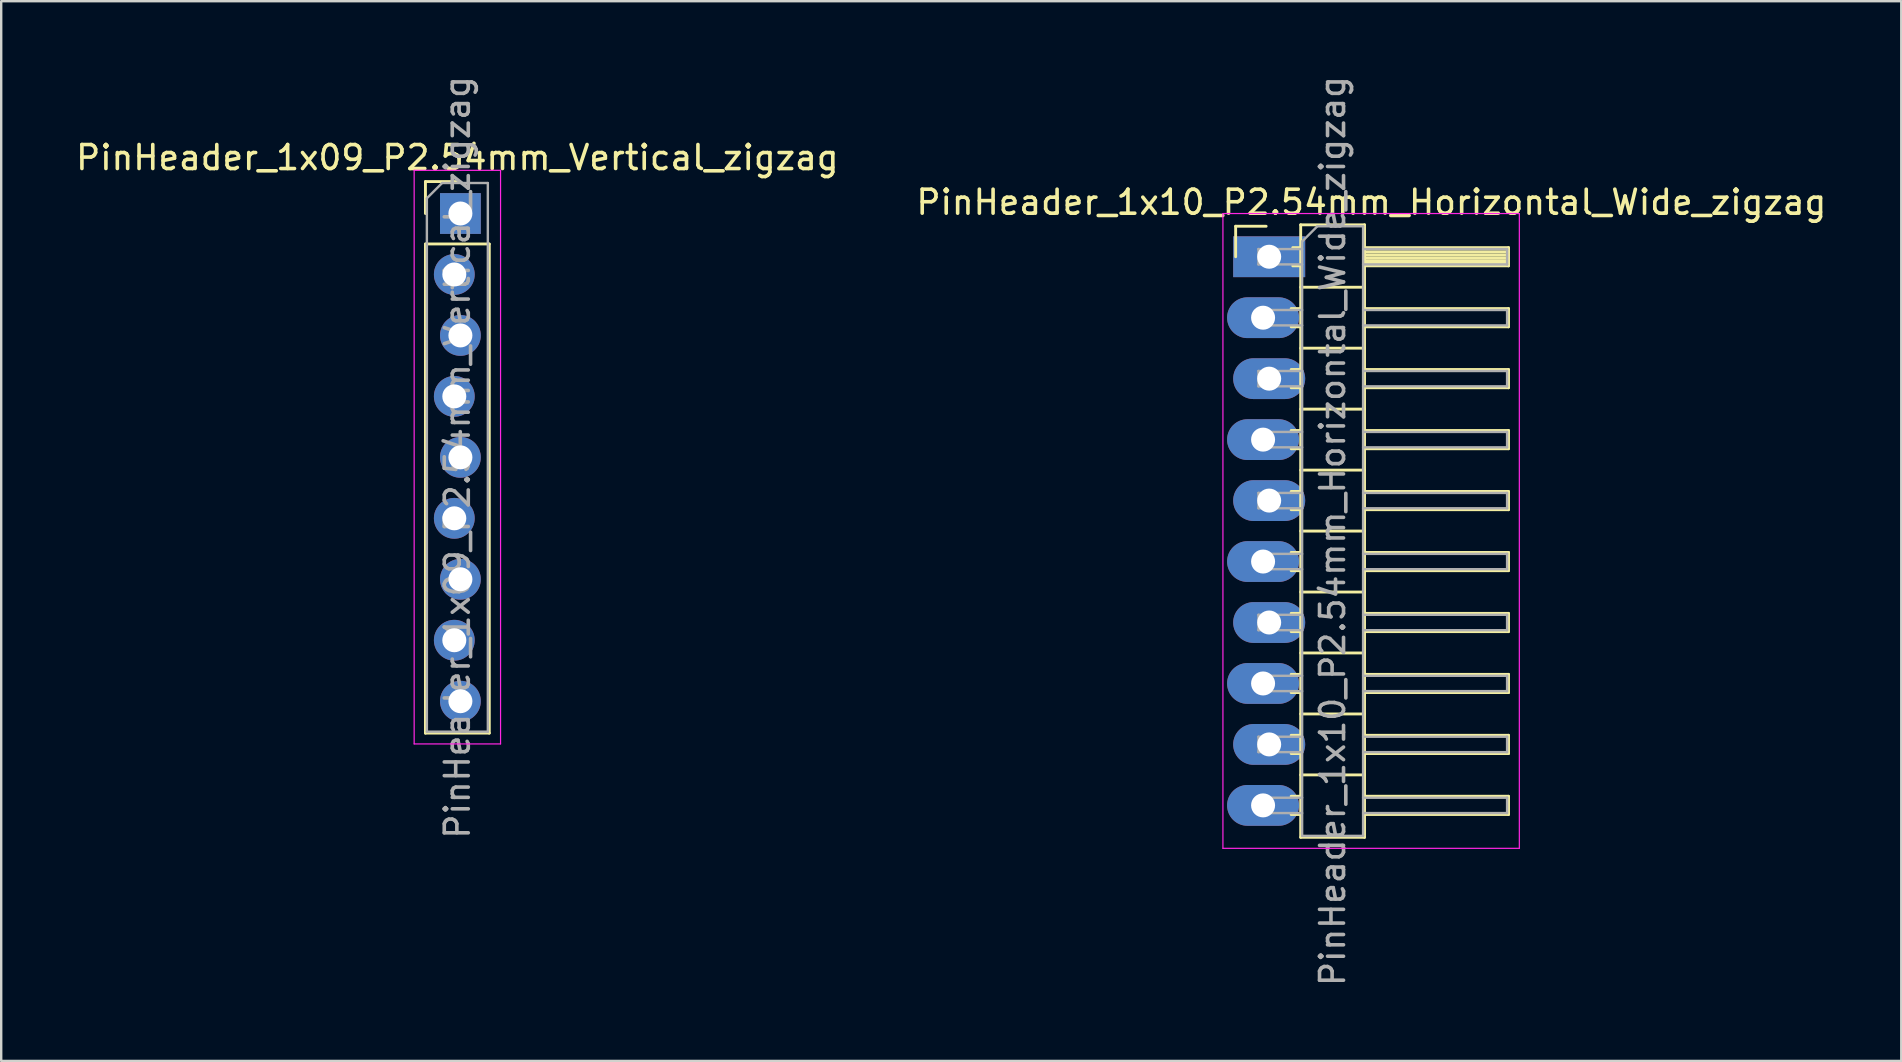
<source format=kicad_pcb>
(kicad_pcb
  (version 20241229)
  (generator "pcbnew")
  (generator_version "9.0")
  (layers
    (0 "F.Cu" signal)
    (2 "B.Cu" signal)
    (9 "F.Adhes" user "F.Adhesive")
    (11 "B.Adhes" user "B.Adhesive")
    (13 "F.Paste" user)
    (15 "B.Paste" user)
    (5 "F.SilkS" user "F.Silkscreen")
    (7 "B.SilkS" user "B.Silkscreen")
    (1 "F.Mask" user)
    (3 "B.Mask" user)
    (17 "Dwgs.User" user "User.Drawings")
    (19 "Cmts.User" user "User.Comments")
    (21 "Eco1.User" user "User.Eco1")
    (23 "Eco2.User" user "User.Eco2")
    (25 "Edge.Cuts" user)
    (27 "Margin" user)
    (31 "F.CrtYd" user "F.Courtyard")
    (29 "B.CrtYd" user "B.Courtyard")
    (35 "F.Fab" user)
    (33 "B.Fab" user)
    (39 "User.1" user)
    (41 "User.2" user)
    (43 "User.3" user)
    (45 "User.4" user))
  (footprint "PinHeader_1x09_P2.54mm_Vertical_zigzag"
    (layer "F.Cu")
    (at 16.006 5.846)
    (property "Reference" "PinHeader_1x09_P2.54mm_Vertical_zigzag" (at 0 -2.33 0) (layer "F.SilkS") (effects (font (size 1 1) (thickness 0.15))))
    (attr through_hole)
    (fp_line (start -1.33 -1.33) (end 0 -1.33) (stroke (width 0.12) (type solid)) (layer "F.SilkS"))
    (fp_line (start -1.33 0) (end -1.33 -1.33) (stroke (width 0.12) (type solid)) (layer "F.SilkS"))
    (fp_line (start -1.33 1.27) (end -1.33 21.65) (stroke (width 0.12) (type solid)) (layer "F.SilkS"))
    (fp_line (start -1.33 1.27) (end 1.33 1.27) (stroke (width 0.12) (type solid)) (layer "F.SilkS"))
    (fp_line (start -1.33 21.65) (end 1.33 21.65) (stroke (width 0.12) (type solid)) (layer "F.SilkS"))
    (fp_line (start 1.33 1.27) (end 1.33 21.65) (stroke (width 0.12) (type solid)) (layer "F.SilkS"))
    (fp_line (start -1.8 -1.8) (end -1.8 22.1) (stroke (width 0.05) (type solid)) (layer "F.CrtYd"))
    (fp_line (start -1.8 22.1) (end 1.8 22.1) (stroke (width 0.05) (type solid)) (layer "F.CrtYd"))
    (fp_line (start 1.8 -1.8) (end -1.8 -1.8) (stroke (width 0.05) (type solid)) (layer "F.CrtYd"))
    (fp_line (start 1.8 22.1) (end 1.8 -1.8) (stroke (width 0.05) (type solid)) (layer "F.CrtYd"))
    (fp_line (start -1.27 -0.635) (end -0.635 -1.27) (stroke (width 0.1) (type solid)) (layer "F.Fab"))
    (fp_line (start -1.27 21.59) (end -1.27 -0.635) (stroke (width 0.1) (type solid)) (layer "F.Fab"))
    (fp_line (start -0.635 -1.27) (end 1.27 -1.27) (stroke (width 0.1) (type solid)) (layer "F.Fab"))
    (fp_line (start 1.27 -1.27) (end 1.27 21.59) (stroke (width 0.1) (type solid)) (layer "F.Fab"))
    (fp_line (start 1.27 21.59) (end -1.27 21.59) (stroke (width 0.1) (type solid)) (layer "F.Fab"))
    (fp_text user "${REFERENCE}" (at 0 10.16 90) (layer "F.Fab") (effects (font (size 1 1) (thickness 0.15))))
    (pad "1" thru_hole rect (at 0.127 0) (size 1.7 1.7) (drill 1) (layers "*.Cu" "*.Mask"))
    (pad "2" thru_hole oval (at -0.127 2.54) (size 1.7 1.7) (drill 1) (layers "*.Cu" "*.Mask"))
    (pad "3" thru_hole oval (at 0.127 5.08) (size 1.7 1.7) (drill 1) (layers "*.Cu" "*.Mask"))
    (pad "4" thru_hole oval (at -0.127 7.62) (size 1.7 1.7) (drill 1) (layers "*.Cu" "*.Mask"))
    (pad "5" thru_hole oval (at 0.127 10.16) (size 1.7 1.7) (drill 1) (layers "*.Cu" "*.Mask"))
    (pad "6" thru_hole oval (at -0.127 12.7) (size 1.7 1.7) (drill 1) (layers "*.Cu" "*.Mask"))
    (pad "7" thru_hole oval (at 0.127 15.24) (size 1.7 1.7) (drill 1) (layers "*.Cu" "*.Mask"))
    (pad "8" thru_hole oval (at -0.127 17.78) (size 1.7 1.7) (drill 1) (layers "*.Cu" "*.Mask"))
    (pad "9" thru_hole oval (at 0.127 20.32) (size 1.7 1.7) (drill 1) (layers "*.Cu" "*.Mask")))
  (footprint "PinHeader_1x10_P2.54mm_Horizontal_Wide_zigzag"
    (layer "F.Cu")
    (at 49.704 7.647)
    (property "Reference" "PinHeader_1x10_P2.54mm_Horizontal_Wide_zigzag" (at 4.385 -2.27 0) (layer "F.SilkS") (effects (font (size 1 1) (thickness 0.15))))
    (attr through_hole)
    (fp_line (start -1.27 -1.27) (end 0 -1.27) (stroke (width 0.12) (type solid)) (layer "F.SilkS"))
    (fp_line (start -1.27 0) (end -1.27 -1.27) (stroke (width 0.12) (type solid)) (layer "F.SilkS"))
    (fp_line (start 1.043 2.16) (end 1.44 2.16) (stroke (width 0.12) (type solid)) (layer "F.SilkS"))
    (fp_line (start 1.043 2.92) (end 1.44 2.92) (stroke (width 0.12) (type solid)) (layer "F.SilkS"))
    (fp_line (start 1.043 4.7) (end 1.44 4.7) (stroke (width 0.12) (type solid)) (layer "F.SilkS"))
    (fp_line (start 1.043 5.46) (end 1.44 5.46) (stroke (width 0.12) (type solid)) (layer "F.SilkS"))
    (fp_line (start 1.043 7.24) (end 1.44 7.24) (stroke (width 0.12) (type solid)) (layer "F.SilkS"))
    (fp_line (start 1.043 8) (end 1.44 8) (stroke (width 0.12) (type solid)) (layer "F.SilkS"))
    (fp_line (start 1.043 9.78) (end 1.44 9.78) (stroke (width 0.12) (type solid)) (layer "F.SilkS"))
    (fp_line (start 1.043 10.54) (end 1.44 10.54) (stroke (width 0.12) (type solid)) (layer "F.SilkS"))
    (fp_line (start 1.043 12.32) (end 1.44 12.32) (stroke (width 0.12) (type solid)) (layer "F.SilkS"))
    (fp_line (start 1.043 13.08) (end 1.44 13.08) (stroke (width 0.12) (type solid)) (layer "F.SilkS"))
    (fp_line (start 1.043 14.86) (end 1.44 14.86) (stroke (width 0.12) (type solid)) (layer "F.SilkS"))
    (fp_line (start 1.043 15.62) (end 1.44 15.62) (stroke (width 0.12) (type solid)) (layer "F.SilkS"))
    (fp_line (start 1.043 17.4) (end 1.44 17.4) (stroke (width 0.12) (type solid)) (layer "F.SilkS"))
    (fp_line (start 1.043 18.16) (end 1.44 18.16) (stroke (width 0.12) (type solid)) (layer "F.SilkS"))
    (fp_line (start 1.043 19.94) (end 1.44 19.94) (stroke (width 0.12) (type solid)) (layer "F.SilkS"))
    (fp_line (start 1.043 20.7) (end 1.44 20.7) (stroke (width 0.12) (type solid)) (layer "F.SilkS"))
    (fp_line (start 1.043 22.48) (end 1.44 22.48) (stroke (width 0.12) (type solid)) (layer "F.SilkS"))
    (fp_line (start 1.043 23.24) (end 1.44 23.24) (stroke (width 0.12) (type solid)) (layer "F.SilkS"))
    (fp_line (start 1.11 -0.38) (end 1.44 -0.38) (stroke (width 0.12) (type solid)) (layer "F.SilkS"))
    (fp_line (start 1.11 0.38) (end 1.44 0.38) (stroke (width 0.12) (type solid)) (layer "F.SilkS"))
    (fp_line (start 1.44 -1.33) (end 1.44 24.19) (stroke (width 0.12) (type solid)) (layer "F.SilkS"))
    (fp_line (start 1.44 1.27) (end 4.1 1.27) (stroke (width 0.12) (type solid)) (layer "F.SilkS"))
    (fp_line (start 1.44 3.81) (end 4.1 3.81) (stroke (width 0.12) (type solid)) (layer "F.SilkS"))
    (fp_line (start 1.44 6.35) (end 4.1 6.35) (stroke (width 0.12) (type solid)) (layer "F.SilkS"))
    (fp_line (start 1.44 8.89) (end 4.1 8.89) (stroke (width 0.12) (type solid)) (layer "F.SilkS"))
    (fp_line (start 1.44 11.43) (end 4.1 11.43) (stroke (width 0.12) (type solid)) (layer "F.SilkS"))
    (fp_line (start 1.44 13.97) (end 4.1 13.97) (stroke (width 0.12) (type solid)) (layer "F.SilkS"))
    (fp_line (start 1.44 16.51) (end 4.1 16.51) (stroke (width 0.12) (type solid)) (layer "F.SilkS"))
    (fp_line (start 1.44 19.05) (end 4.1 19.05) (stroke (width 0.12) (type solid)) (layer "F.SilkS"))
    (fp_line (start 1.44 21.59) (end 4.1 21.59) (stroke (width 0.12) (type solid)) (layer "F.SilkS"))
    (fp_line (start 1.44 24.19) (end 4.1 24.19) (stroke (width 0.12) (type solid)) (layer "F.SilkS"))
    (fp_line (start 4.1 -1.33) (end 1.44 -1.33) (stroke (width 0.12) (type solid)) (layer "F.SilkS"))
    (fp_line (start 4.1 -0.38) (end 10.1 -0.38) (stroke (width 0.12) (type solid)) (layer "F.SilkS"))
    (fp_line (start 4.1 -0.32) (end 10.1 -0.32) (stroke (width 0.12) (type solid)) (layer "F.SilkS"))
    (fp_line (start 4.1 -0.2) (end 10.1 -0.2) (stroke (width 0.12) (type solid)) (layer "F.SilkS"))
    (fp_line (start 4.1 -0.08) (end 10.1 -0.08) (stroke (width 0.12) (type solid)) (layer "F.SilkS"))
    (fp_line (start 4.1 0.04) (end 10.1 0.04) (stroke (width 0.12) (type solid)) (layer "F.SilkS"))
    (fp_line (start 4.1 0.16) (end 10.1 0.16) (stroke (width 0.12) (type solid)) (layer "F.SilkS"))
    (fp_line (start 4.1 0.28) (end 10.1 0.28) (stroke (width 0.12) (type solid)) (layer "F.SilkS"))
    (fp_line (start 4.1 2.16) (end 10.1 2.16) (stroke (width 0.12) (type solid)) (layer "F.SilkS"))
    (fp_line (start 4.1 4.7) (end 10.1 4.7) (stroke (width 0.12) (type solid)) (layer "F.SilkS"))
    (fp_line (start 4.1 7.24) (end 10.1 7.24) (stroke (width 0.12) (type solid)) (layer "F.SilkS"))
    (fp_line (start 4.1 9.78) (end 10.1 9.78) (stroke (width 0.12) (type solid)) (layer "F.SilkS"))
    (fp_line (start 4.1 12.32) (end 10.1 12.32) (stroke (width 0.12) (type solid)) (layer "F.SilkS"))
    (fp_line (start 4.1 14.86) (end 10.1 14.86) (stroke (width 0.12) (type solid)) (layer "F.SilkS"))
    (fp_line (start 4.1 17.4) (end 10.1 17.4) (stroke (width 0.12) (type solid)) (layer "F.SilkS"))
    (fp_line (start 4.1 19.94) (end 10.1 19.94) (stroke (width 0.12) (type solid)) (layer "F.SilkS"))
    (fp_line (start 4.1 22.48) (end 10.1 22.48) (stroke (width 0.12) (type solid)) (layer "F.SilkS"))
    (fp_line (start 4.1 24.19) (end 4.1 -1.33) (stroke (width 0.12) (type solid)) (layer "F.SilkS"))
    (fp_line (start 10.1 -0.38) (end 10.1 0.38) (stroke (width 0.12) (type solid)) (layer "F.SilkS"))
    (fp_line (start 10.1 0.38) (end 4.1 0.38) (stroke (width 0.12) (type solid)) (layer "F.SilkS"))
    (fp_line (start 10.1 2.16) (end 10.1 2.92) (stroke (width 0.12) (type solid)) (layer "F.SilkS"))
    (fp_line (start 10.1 2.92) (end 4.1 2.92) (stroke (width 0.12) (type solid)) (layer "F.SilkS"))
    (fp_line (start 10.1 4.7) (end 10.1 5.46) (stroke (width 0.12) (type solid)) (layer "F.SilkS"))
    (fp_line (start 10.1 5.46) (end 4.1 5.46) (stroke (width 0.12) (type solid)) (layer "F.SilkS"))
    (fp_line (start 10.1 7.24) (end 10.1 8) (stroke (width 0.12) (type solid)) (layer "F.SilkS"))
    (fp_line (start 10.1 8) (end 4.1 8) (stroke (width 0.12) (type solid)) (layer "F.SilkS"))
    (fp_line (start 10.1 9.78) (end 10.1 10.54) (stroke (width 0.12) (type solid)) (layer "F.SilkS"))
    (fp_line (start 10.1 10.54) (end 4.1 10.54) (stroke (width 0.12) (type solid)) (layer "F.SilkS"))
    (fp_line (start 10.1 12.32) (end 10.1 13.08) (stroke (width 0.12) (type solid)) (layer "F.SilkS"))
    (fp_line (start 10.1 13.08) (end 4.1 13.08) (stroke (width 0.12) (type solid)) (layer "F.SilkS"))
    (fp_line (start 10.1 14.86) (end 10.1 15.62) (stroke (width 0.12) (type solid)) (layer "F.SilkS"))
    (fp_line (start 10.1 15.62) (end 4.1 15.62) (stroke (width 0.12) (type solid)) (layer "F.SilkS"))
    (fp_line (start 10.1 17.4) (end 10.1 18.16) (stroke (width 0.12) (type solid)) (layer "F.SilkS"))
    (fp_line (start 10.1 18.16) (end 4.1 18.16) (stroke (width 0.12) (type solid)) (layer "F.SilkS"))
    (fp_line (start 10.1 19.94) (end 10.1 20.7) (stroke (width 0.12) (type solid)) (layer "F.SilkS"))
    (fp_line (start 10.1 20.7) (end 4.1 20.7) (stroke (width 0.12) (type solid)) (layer "F.SilkS"))
    (fp_line (start 10.1 22.48) (end 10.1 23.24) (stroke (width 0.12) (type solid)) (layer "F.SilkS"))
    (fp_line (start 10.1 23.24) (end 4.1 23.24) (stroke (width 0.12) (type solid)) (layer "F.SilkS"))
    (fp_line (start -1.8 -1.8) (end -1.8 24.65) (stroke (width 0.05) (type solid)) (layer "F.CrtYd"))
    (fp_line (start -1.8 24.65) (end 10.55 24.65) (stroke (width 0.05) (type solid)) (layer "F.CrtYd"))
    (fp_line (start 10.55 -1.8) (end -1.8 -1.8) (stroke (width 0.05) (type solid)) (layer "F.CrtYd"))
    (fp_line (start 10.55 24.65) (end 10.55 -1.8) (stroke (width 0.05) (type solid)) (layer "F.CrtYd"))
    (fp_line (start -0.32 -0.32) (end -0.32 0.32) (stroke (width 0.1) (type solid)) (layer "F.Fab"))
    (fp_line (start -0.32 -0.32) (end 1.5 -0.32) (stroke (width 0.1) (type solid)) (layer "F.Fab"))
    (fp_line (start -0.32 0.32) (end 1.5 0.32) (stroke (width 0.1) (type solid)) (layer "F.Fab"))
    (fp_line (start -0.32 2.22) (end -0.32 2.86) (stroke (width 0.1) (type solid)) (layer "F.Fab"))
    (fp_line (start -0.32 2.22) (end 1.5 2.22) (stroke (width 0.1) (type solid)) (layer "F.Fab"))
    (fp_line (start -0.32 2.86) (end 1.5 2.86) (stroke (width 0.1) (type solid)) (layer "F.Fab"))
    (fp_line (start -0.32 4.76) (end -0.32 5.4) (stroke (width 0.1) (type solid)) (layer "F.Fab"))
    (fp_line (start -0.32 4.76) (end 1.5 4.76) (stroke (width 0.1) (type solid)) (layer "F.Fab"))
    (fp_line (start -0.32 5.4) (end 1.5 5.4) (stroke (width 0.1) (type solid)) (layer "F.Fab"))
    (fp_line (start -0.32 7.3) (end -0.32 7.94) (stroke (width 0.1) (type solid)) (layer "F.Fab"))
    (fp_line (start -0.32 7.3) (end 1.5 7.3) (stroke (width 0.1) (type solid)) (layer "F.Fab"))
    (fp_line (start -0.32 7.94) (end 1.5 7.94) (stroke (width 0.1) (type solid)) (layer "F.Fab"))
    (fp_line (start -0.32 9.84) (end -0.32 10.48) (stroke (width 0.1) (type solid)) (layer "F.Fab"))
    (fp_line (start -0.32 9.84) (end 1.5 9.84) (stroke (width 0.1) (type solid)) (layer "F.Fab"))
    (fp_line (start -0.32 10.48) (end 1.5 10.48) (stroke (width 0.1) (type solid)) (layer "F.Fab"))
    (fp_line (start -0.32 12.38) (end -0.32 13.02) (stroke (width 0.1) (type solid)) (layer "F.Fab"))
    (fp_line (start -0.32 12.38) (end 1.5 12.38) (stroke (width 0.1) (type solid)) (layer "F.Fab"))
    (fp_line (start -0.32 13.02) (end 1.5 13.02) (stroke (width 0.1) (type solid)) (layer "F.Fab"))
    (fp_line (start -0.32 14.92) (end -0.32 15.56) (stroke (width 0.1) (type solid)) (layer "F.Fab"))
    (fp_line (start -0.32 14.92) (end 1.5 14.92) (stroke (width 0.1) (type solid)) (layer "F.Fab"))
    (fp_line (start -0.32 15.56) (end 1.5 15.56) (stroke (width 0.1) (type solid)) (layer "F.Fab"))
    (fp_line (start -0.32 17.46) (end -0.32 18.1) (stroke (width 0.1) (type solid)) (layer "F.Fab"))
    (fp_line (start -0.32 17.46) (end 1.5 17.46) (stroke (width 0.1) (type solid)) (layer "F.Fab"))
    (fp_line (start -0.32 18.1) (end 1.5 18.1) (stroke (width 0.1) (type solid)) (layer "F.Fab"))
    (fp_line (start -0.32 20) (end -0.32 20.64) (stroke (width 0.1) (type solid)) (layer "F.Fab"))
    (fp_line (start -0.32 20) (end 1.5 20) (stroke (width 0.1) (type solid)) (layer "F.Fab"))
    (fp_line (start -0.32 20.64) (end 1.5 20.64) (stroke (width 0.1) (type solid)) (layer "F.Fab"))
    (fp_line (start -0.32 22.54) (end -0.32 23.18) (stroke (width 0.1) (type solid)) (layer "F.Fab"))
    (fp_line (start -0.32 22.54) (end 1.5 22.54) (stroke (width 0.1) (type solid)) (layer "F.Fab"))
    (fp_line (start -0.32 23.18) (end 1.5 23.18) (stroke (width 0.1) (type solid)) (layer "F.Fab"))
    (fp_line (start 1.5 -0.635) (end 2.135 -1.27) (stroke (width 0.1) (type solid)) (layer "F.Fab"))
    (fp_line (start 1.5 24.13) (end 1.5 -0.635) (stroke (width 0.1) (type solid)) (layer "F.Fab"))
    (fp_line (start 2.135 -1.27) (end 4.04 -1.27) (stroke (width 0.1) (type solid)) (layer "F.Fab"))
    (fp_line (start 4.04 -1.27) (end 4.04 24.13) (stroke (width 0.1) (type solid)) (layer "F.Fab"))
    (fp_line (start 4.04 -0.32) (end 10.04 -0.32) (stroke (width 0.1) (type solid)) (layer "F.Fab"))
    (fp_line (start 4.04 0.32) (end 10.04 0.32) (stroke (width 0.1) (type solid)) (layer "F.Fab"))
    (fp_line (start 4.04 2.22) (end 10.04 2.22) (stroke (width 0.1) (type solid)) (layer "F.Fab"))
    (fp_line (start 4.04 2.86) (end 10.04 2.86) (stroke (width 0.1) (type solid)) (layer "F.Fab"))
    (fp_line (start 4.04 4.76) (end 10.04 4.76) (stroke (width 0.1) (type solid)) (layer "F.Fab"))
    (fp_line (start 4.04 5.4) (end 10.04 5.4) (stroke (width 0.1) (type solid)) (layer "F.Fab"))
    (fp_line (start 4.04 7.3) (end 10.04 7.3) (stroke (width 0.1) (type solid)) (layer "F.Fab"))
    (fp_line (start 4.04 7.94) (end 10.04 7.94) (stroke (width 0.1) (type solid)) (layer "F.Fab"))
    (fp_line (start 4.04 9.84) (end 10.04 9.84) (stroke (width 0.1) (type solid)) (layer "F.Fab"))
    (fp_line (start 4.04 10.48) (end 10.04 10.48) (stroke (width 0.1) (type solid)) (layer "F.Fab"))
    (fp_line (start 4.04 12.38) (end 10.04 12.38) (stroke (width 0.1) (type solid)) (layer "F.Fab"))
    (fp_line (start 4.04 13.02) (end 10.04 13.02) (stroke (width 0.1) (type solid)) (layer "F.Fab"))
    (fp_line (start 4.04 14.92) (end 10.04 14.92) (stroke (width 0.1) (type solid)) (layer "F.Fab"))
    (fp_line (start 4.04 15.56) (end 10.04 15.56) (stroke (width 0.1) (type solid)) (layer "F.Fab"))
    (fp_line (start 4.04 17.46) (end 10.04 17.46) (stroke (width 0.1) (type solid)) (layer "F.Fab"))
    (fp_line (start 4.04 18.1) (end 10.04 18.1) (stroke (width 0.1) (type solid)) (layer "F.Fab"))
    (fp_line (start 4.04 20) (end 10.04 20) (stroke (width 0.1) (type solid)) (layer "F.Fab"))
    (fp_line (start 4.04 20.64) (end 10.04 20.64) (stroke (width 0.1) (type solid)) (layer "F.Fab"))
    (fp_line (start 4.04 22.54) (end 10.04 22.54) (stroke (width 0.1) (type solid)) (layer "F.Fab"))
    (fp_line (start 4.04 23.18) (end 10.04 23.18) (stroke (width 0.1) (type solid)) (layer "F.Fab"))
    (fp_line (start 4.04 24.13) (end 1.5 24.13) (stroke (width 0.1) (type solid)) (layer "F.Fab"))
    (fp_line (start 10.04 -0.32) (end 10.04 0.32) (stroke (width 0.1) (type solid)) (layer "F.Fab"))
    (fp_line (start 10.04 2.22) (end 10.04 2.86) (stroke (width 0.1) (type solid)) (layer "F.Fab"))
    (fp_line (start 10.04 4.76) (end 10.04 5.4) (stroke (width 0.1) (type solid)) (layer "F.Fab"))
    (fp_line (start 10.04 7.3) (end 10.04 7.94) (stroke (width 0.1) (type solid)) (layer "F.Fab"))
    (fp_line (start 10.04 9.84) (end 10.04 10.48) (stroke (width 0.1) (type solid)) (layer "F.Fab"))
    (fp_line (start 10.04 12.38) (end 10.04 13.02) (stroke (width 0.1) (type solid)) (layer "F.Fab"))
    (fp_line (start 10.04 14.92) (end 10.04 15.56) (stroke (width 0.1) (type solid)) (layer "F.Fab"))
    (fp_line (start 10.04 17.46) (end 10.04 18.1) (stroke (width 0.1) (type solid)) (layer "F.Fab"))
    (fp_line (start 10.04 20) (end 10.04 20.64) (stroke (width 0.1) (type solid)) (layer "F.Fab"))
    (fp_line (start 10.04 22.54) (end 10.04 23.18) (stroke (width 0.1) (type solid)) (layer "F.Fab"))
    (fp_text user "${REFERENCE}" (at 2.77 11.43 90) (layer "F.Fab") (effects (font (size 1 1) (thickness 0.15))))
    (pad "1" thru_hole rect (at 0.127 0) (size 3 1.7) (drill 1) (layers "*.Cu" "*.Mask"))
    (pad "2" thru_hole oval (at -0.127 2.54) (size 3 1.7) (drill 1) (layers "*.Cu" "*.Mask"))
    (pad "3" thru_hole oval (at 0.127 5.08) (size 3 1.7) (drill 1) (layers "*.Cu" "*.Mask"))
    (pad "4" thru_hole oval (at -0.127 7.62) (size 3 1.7) (drill 1) (layers "*.Cu" "*.Mask"))
    (pad "5" thru_hole oval (at 0.127 10.16) (size 3 1.7) (drill 1) (layers "*.Cu" "*.Mask"))
    (pad "6" thru_hole oval (at -0.127 12.7) (size 3 1.7) (drill 1) (layers "*.Cu" "*.Mask"))
    (pad "7" thru_hole oval (at 0.127 15.24) (size 3 1.7) (drill 1) (layers "*.Cu" "*.Mask"))
    (pad "8" thru_hole oval (at -0.127 17.78) (size 3 1.7) (drill 1) (layers "*.Cu" "*.Mask"))
    (pad "9" thru_hole oval (at 0.127 20.32) (size 3 1.7) (drill 1) (layers "*.Cu" "*.Mask"))
    (pad "10" thru_hole oval (at -0.127 22.86) (size 3 1.7) (drill 1) (layers "*.Cu" "*.Mask")))
  (gr_rect
    (start -3 -3)
    (end 76.167 41.155)
    (stroke (width 0.1) (type default))
    (fill no)
    (layer "Edge.Cuts")))
</source>
